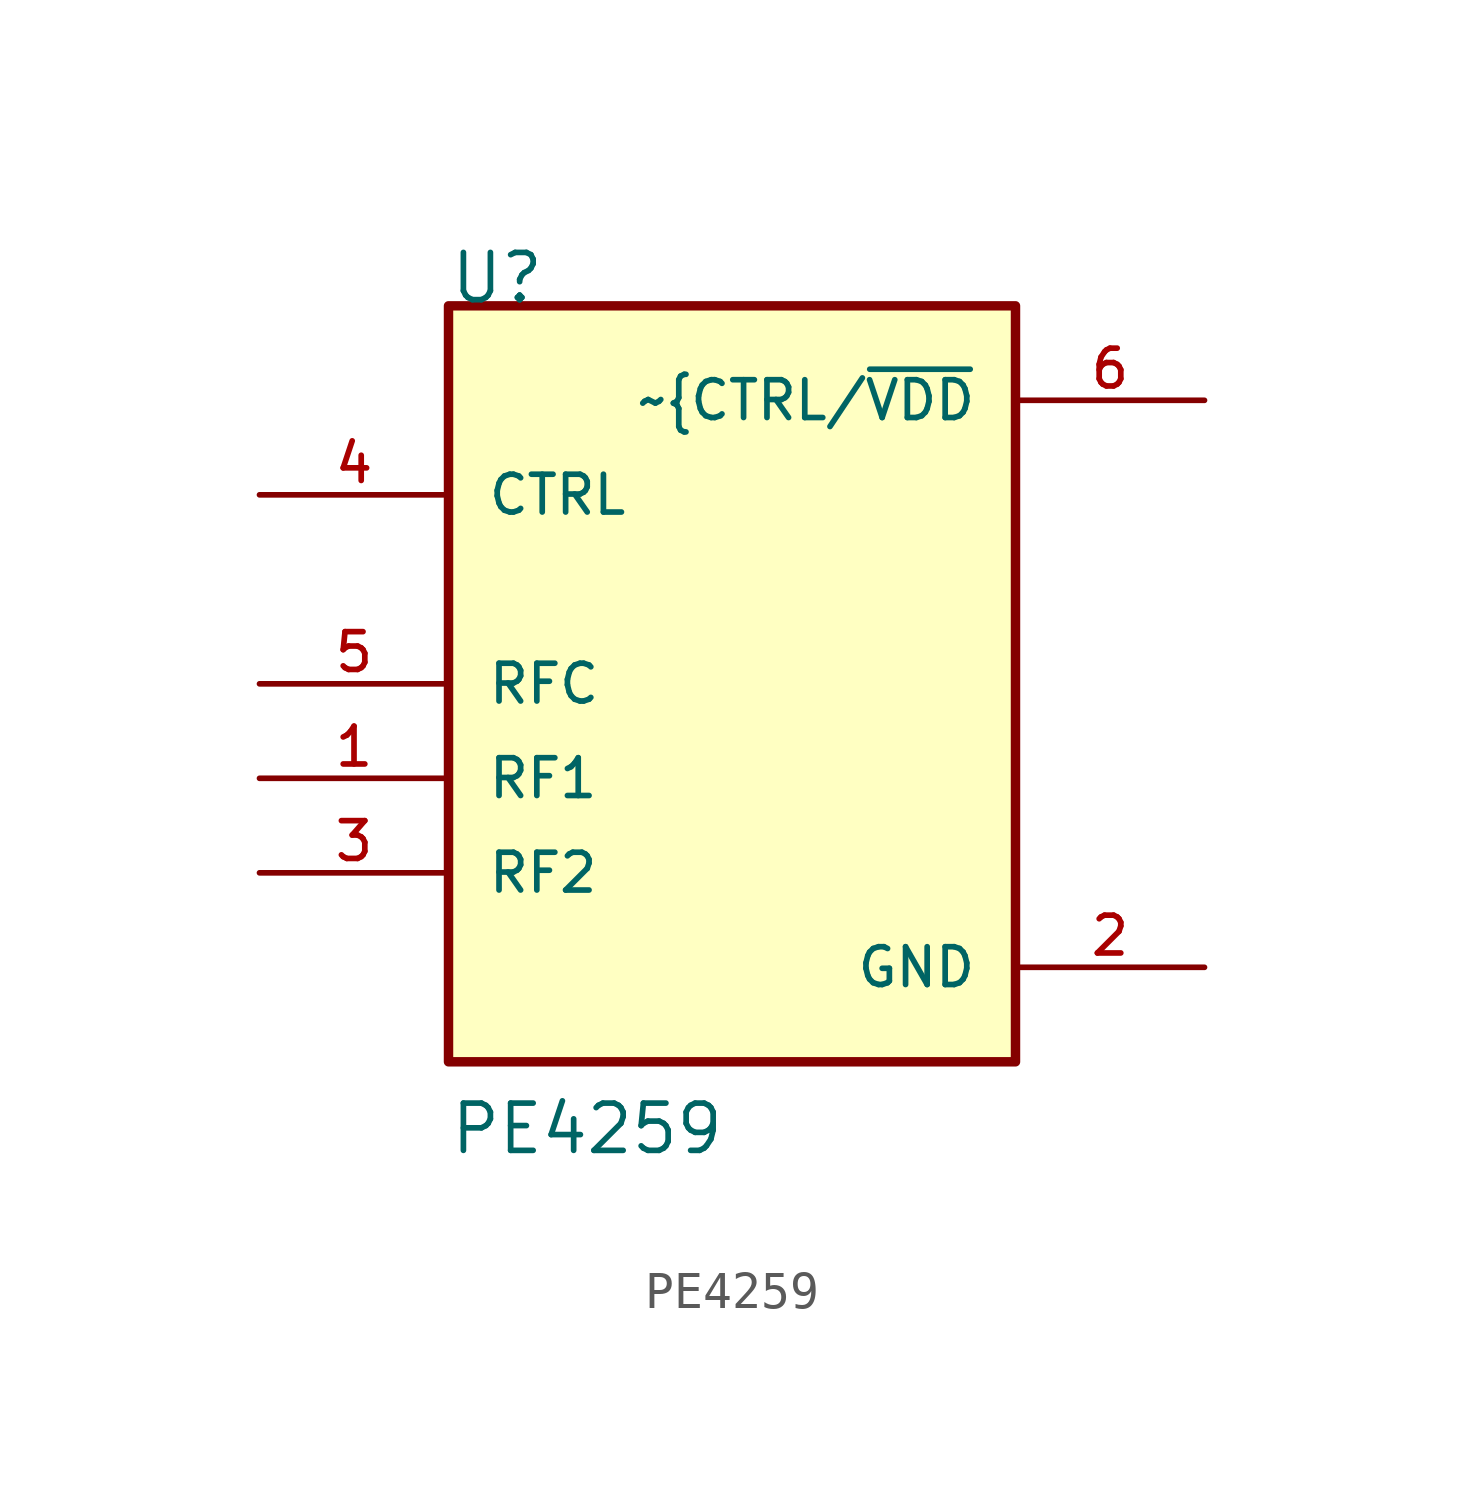
<source format=kicad_sym>
(kicad_symbol_lib
  (version 20211014)
  (generator kicad_symbol_editor)
  (symbol "PE4259"
    (pin_names
      (offset 1.016))
    (property "Reference" "U"
      (at -7.622 10.162 0)
      (effects (font (size 1.27 1.27)) (justify bottom left)))
    (property "Value" "PE4259"
      (at -7.622 -12.703 0)
      (effects (font (size 1.27 1.27)) (justify bottom left)))
    (symbol "PE4259_0_0"
      (rectangle (start -7.62 -10.16) (end 7.62 10.16) (stroke (width 0.254)) (fill (type background)))
      (pin input line (at -12.7 5.08 0) (length 5.08) (name "CTRL" (effects (font (size 1.016 1.016)))) (number "4" (effects (font (size 1.016 1.016)))))
      (pin passive line (at -12.7 0.0 0) (length 5.08) (name "RFC" (effects (font (size 1.016 1.016)))) (number "5" (effects (font (size 1.016 1.016)))))
      (pin passive line (at -12.7 -2.54 0) (length 5.08) (name "RF1" (effects (font (size 1.016 1.016)))) (number "1" (effects (font (size 1.016 1.016)))))
      (pin passive line (at -12.7 -5.08 0) (length 5.08) (name "RF2" (effects (font (size 1.016 1.016)))) (number "3" (effects (font (size 1.016 1.016)))))
      (pin power_in line (at 12.7 7.62 180.0) (length 5.08) (name "~{CTRL/~{VDD}" (effects (font (size 1.016 1.016)))) (number "6" (effects (font (size 1.016 1.016)))))
      (pin power_in line (at 12.7 -7.62 180.0) (length 5.08) (name "GND" (effects (font (size 1.016 1.016)))) (number "2" (effects (font (size 1.016 1.016))))))))
</source>
